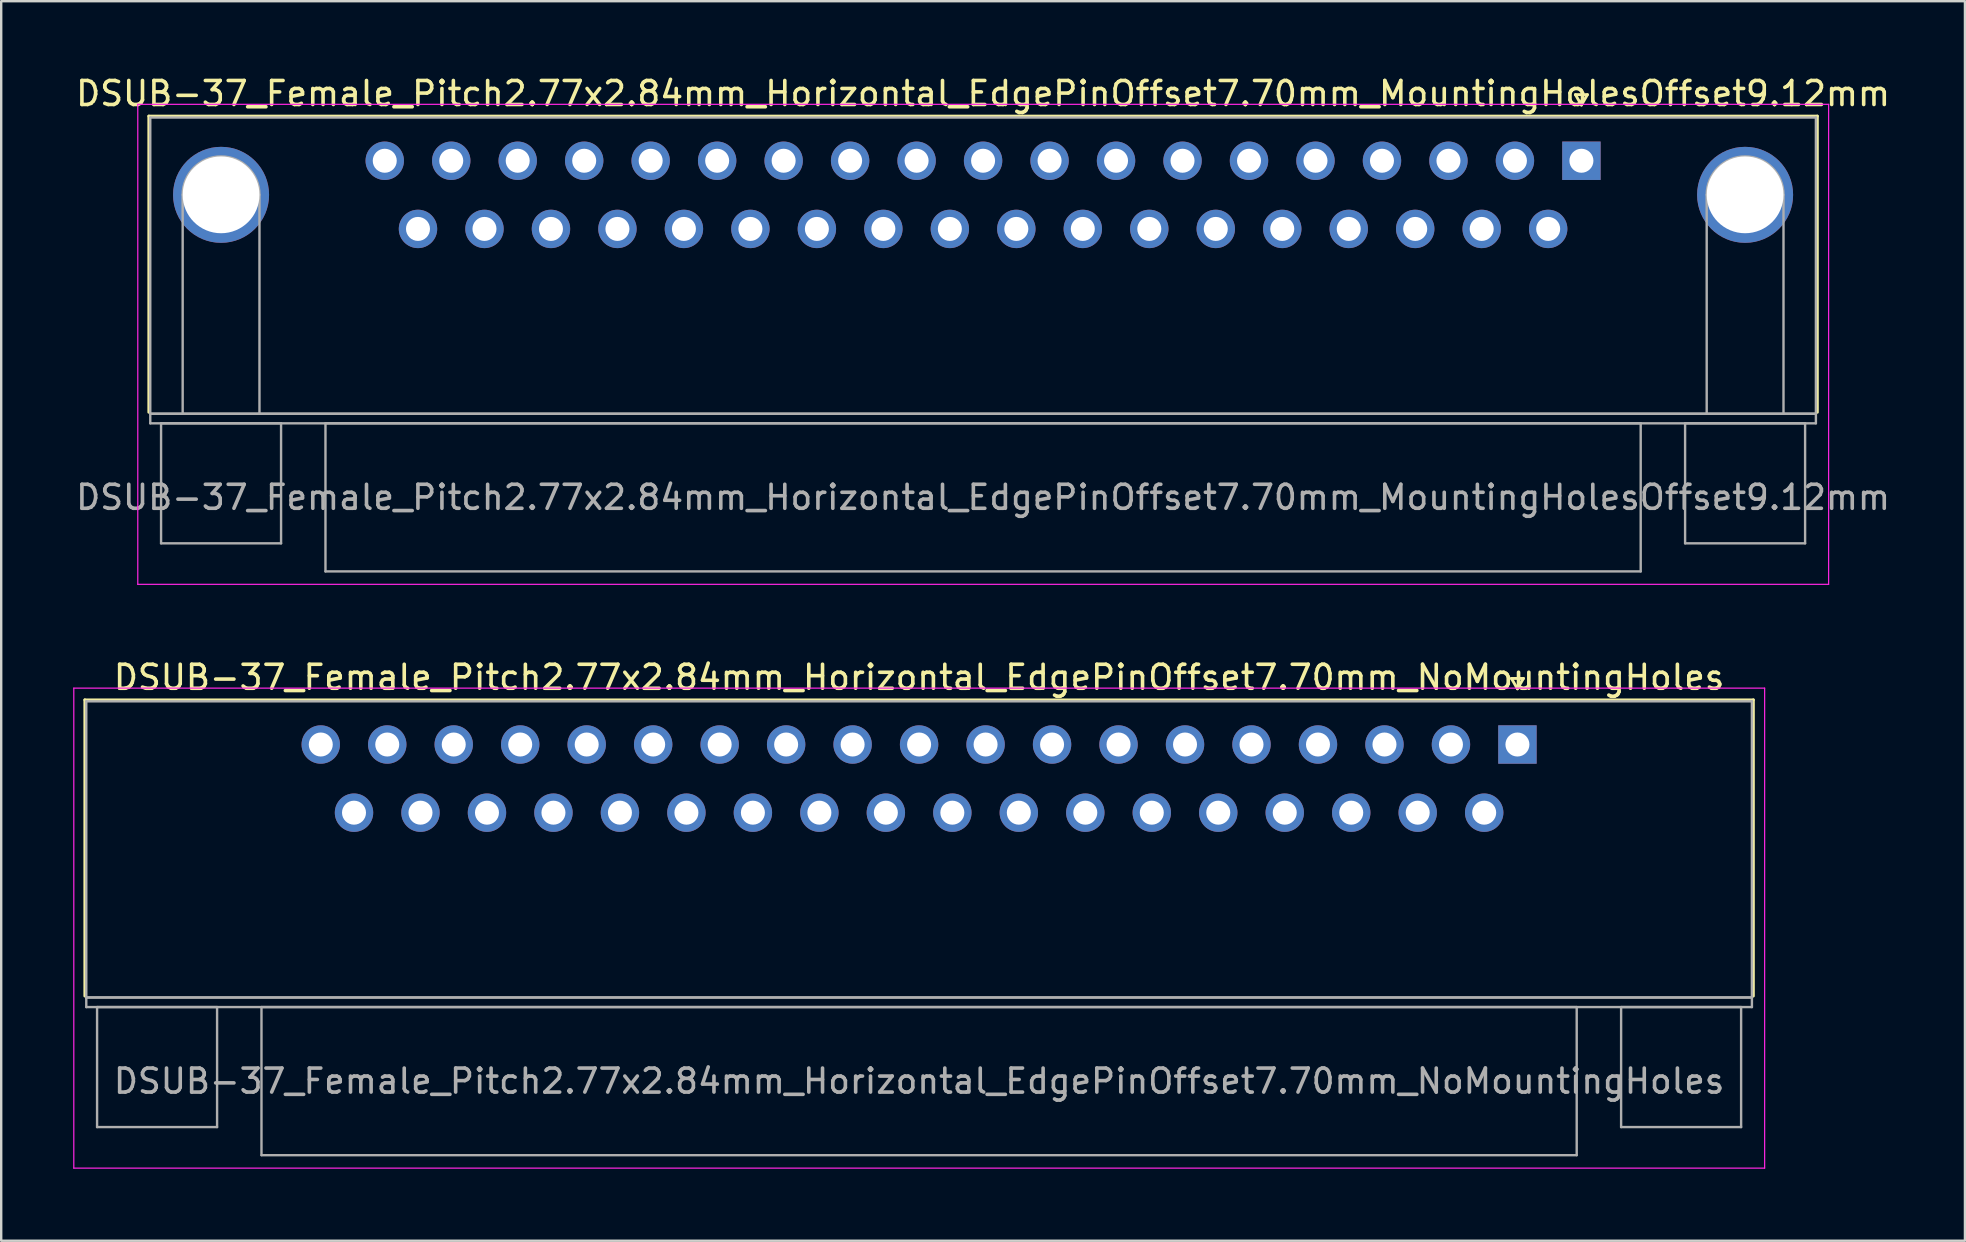
<source format=kicad_pcb>
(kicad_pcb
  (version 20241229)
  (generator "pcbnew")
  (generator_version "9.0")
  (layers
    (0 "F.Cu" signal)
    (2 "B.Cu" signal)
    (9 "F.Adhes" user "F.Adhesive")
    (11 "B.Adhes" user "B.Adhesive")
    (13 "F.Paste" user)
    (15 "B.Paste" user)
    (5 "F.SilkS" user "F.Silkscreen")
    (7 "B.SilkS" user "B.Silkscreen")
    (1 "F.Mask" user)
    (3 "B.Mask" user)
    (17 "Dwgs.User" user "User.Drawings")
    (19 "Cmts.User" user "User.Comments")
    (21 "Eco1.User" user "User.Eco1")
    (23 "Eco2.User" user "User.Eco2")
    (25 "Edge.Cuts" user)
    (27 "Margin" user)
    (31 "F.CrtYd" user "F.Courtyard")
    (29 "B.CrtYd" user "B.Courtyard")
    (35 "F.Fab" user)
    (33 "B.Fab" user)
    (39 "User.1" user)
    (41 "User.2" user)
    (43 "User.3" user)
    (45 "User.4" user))
  (footprint "DSUB-37_Female_Pitch2.77x2.84mm_Horizontal_EdgePinOffset7.70mm_MountingHolesOffset9.12mm"
    (layer "F.Cu")
    (at 62.841 3.648)
    (property "Reference" "DSUB-37_Female_Pitch2.77x2.84mm_Horizontal_EdgePinOffset7.70mm_MountingHolesOffset9.12mm" (at -24.93 -2.8 0) (layer "F.SilkS") (effects (font (size 1 1) (thickness 0.15))))
    (attr through_hole)
    (fp_line (start -59.69 -1.86) (end 9.83 -1.86) (stroke (width 0.12) (type solid)) (layer "F.SilkS"))
    (fp_line (start -59.69 10.48) (end -59.69 -1.86) (stroke (width 0.12) (type solid)) (layer "F.SilkS"))
    (fp_line (start -0.25 -2.754) (end 0.25 -2.754) (stroke (width 0.12) (type solid)) (layer "F.SilkS"))
    (fp_line (start 0 -2.321) (end -0.25 -2.754) (stroke (width 0.12) (type solid)) (layer "F.SilkS"))
    (fp_line (start 0.25 -2.754) (end 0 -2.321) (stroke (width 0.12) (type solid)) (layer "F.SilkS"))
    (fp_line (start 9.83 -1.86) (end 9.83 10.48) (stroke (width 0.12) (type solid)) (layer "F.SilkS"))
    (fp_line (start -60.15 -2.35) (end -60.15 17.65) (stroke (width 0.05) (type solid)) (layer "F.CrtYd"))
    (fp_line (start -60.15 17.65) (end 10.3 17.65) (stroke (width 0.05) (type solid)) (layer "F.CrtYd"))
    (fp_line (start 10.3 -2.35) (end -60.15 -2.35) (stroke (width 0.05) (type solid)) (layer "F.CrtYd"))
    (fp_line (start 10.3 17.65) (end 10.3 -2.35) (stroke (width 0.05) (type solid)) (layer "F.CrtYd"))
    (fp_line (start -59.63 -1.8) (end -59.63 10.54) (stroke (width 0.1) (type solid)) (layer "F.Fab"))
    (fp_line (start -59.63 10.54) (end -59.63 10.94) (stroke (width 0.1) (type solid)) (layer "F.Fab"))
    (fp_line (start -59.63 10.54) (end 9.77 10.54) (stroke (width 0.1) (type solid)) (layer "F.Fab"))
    (fp_line (start -59.63 10.94) (end 9.77 10.94) (stroke (width 0.1) (type solid)) (layer "F.Fab"))
    (fp_line (start -59.18 10.94) (end -59.18 15.94) (stroke (width 0.1) (type solid)) (layer "F.Fab"))
    (fp_line (start -59.18 15.94) (end -54.18 15.94) (stroke (width 0.1) (type solid)) (layer "F.Fab"))
    (fp_line (start -58.28 10.54) (end -58.28 1.42) (stroke (width 0.1) (type solid)) (layer "F.Fab"))
    (fp_line (start -55.08 10.54) (end -55.08 1.42) (stroke (width 0.1) (type solid)) (layer "F.Fab"))
    (fp_line (start -54.18 10.94) (end -59.18 10.94) (stroke (width 0.1) (type solid)) (layer "F.Fab"))
    (fp_line (start -54.18 15.94) (end -54.18 10.94) (stroke (width 0.1) (type solid)) (layer "F.Fab"))
    (fp_line (start -52.33 10.94) (end -52.33 17.11) (stroke (width 0.1) (type solid)) (layer "F.Fab"))
    (fp_line (start -52.33 17.11) (end 2.47 17.11) (stroke (width 0.1) (type solid)) (layer "F.Fab"))
    (fp_line (start 2.47 10.94) (end -52.33 10.94) (stroke (width 0.1) (type solid)) (layer "F.Fab"))
    (fp_line (start 2.47 17.11) (end 2.47 10.94) (stroke (width 0.1) (type solid)) (layer "F.Fab"))
    (fp_line (start 4.32 10.94) (end 4.32 15.94) (stroke (width 0.1) (type solid)) (layer "F.Fab"))
    (fp_line (start 4.32 15.94) (end 9.32 15.94) (stroke (width 0.1) (type solid)) (layer "F.Fab"))
    (fp_line (start 5.22 10.54) (end 5.22 1.42) (stroke (width 0.1) (type solid)) (layer "F.Fab"))
    (fp_line (start 8.42 10.54) (end 8.42 1.42) (stroke (width 0.1) (type solid)) (layer "F.Fab"))
    (fp_line (start 9.32 10.94) (end 4.32 10.94) (stroke (width 0.1) (type solid)) (layer "F.Fab"))
    (fp_line (start 9.32 15.94) (end 9.32 10.94) (stroke (width 0.1) (type solid)) (layer "F.Fab"))
    (fp_line (start 9.77 -1.8) (end -59.63 -1.8) (stroke (width 0.1) (type solid)) (layer "F.Fab"))
    (fp_line (start 9.77 10.54) (end -59.63 10.54) (stroke (width 0.1) (type solid)) (layer "F.Fab"))
    (fp_line (start 9.77 10.54) (end 9.77 -1.8) (stroke (width 0.1) (type solid)) (layer "F.Fab"))
    (fp_line (start 9.77 10.94) (end 9.77 10.54) (stroke (width 0.1) (type solid)) (layer "F.Fab"))
    (fp_arc (start -58.28 1.42) (mid -56.68 -0.18) (end -55.08 1.42) (stroke (width 0.1) (type solid)) (layer "F.Fab"))
    (fp_arc (start 5.22 1.42) (mid 6.82 -0.18) (end 8.42 1.42) (stroke (width 0.1) (type solid)) (layer "F.Fab"))
    (fp_text user "${REFERENCE}" (at -24.93 14.025 0) (layer "F.Fab") (effects (font (size 1 1) (thickness 0.15))))
    (pad "0" thru_hole circle (at -56.68 1.42) (size 4 4) (drill 3.2) (layers "*.Cu" "*.Mask"))
    (pad "0" thru_hole circle (at 6.82 1.42) (size 4 4) (drill 3.2) (layers "*.Cu" "*.Mask"))
    (pad "1" thru_hole rect (at 0 0) (size 1.6 1.6) (drill 1) (layers "*.Cu" "*.Mask"))
    (pad "2" thru_hole circle (at -2.77 0) (size 1.6 1.6) (drill 1) (layers "*.Cu" "*.Mask"))
    (pad "3" thru_hole circle (at -5.54 0) (size 1.6 1.6) (drill 1) (layers "*.Cu" "*.Mask"))
    (pad "4" thru_hole circle (at -8.31 0) (size 1.6 1.6) (drill 1) (layers "*.Cu" "*.Mask"))
    (pad "5" thru_hole circle (at -11.08 0) (size 1.6 1.6) (drill 1) (layers "*.Cu" "*.Mask"))
    (pad "6" thru_hole circle (at -13.85 0) (size 1.6 1.6) (drill 1) (layers "*.Cu" "*.Mask"))
    (pad "7" thru_hole circle (at -16.62 0) (size 1.6 1.6) (drill 1) (layers "*.Cu" "*.Mask"))
    (pad "8" thru_hole circle (at -19.39 0) (size 1.6 1.6) (drill 1) (layers "*.Cu" "*.Mask"))
    (pad "9" thru_hole circle (at -22.16 0) (size 1.6 1.6) (drill 1) (layers "*.Cu" "*.Mask"))
    (pad "10" thru_hole circle (at -24.93 0) (size 1.6 1.6) (drill 1) (layers "*.Cu" "*.Mask"))
    (pad "11" thru_hole circle (at -27.7 0) (size 1.6 1.6) (drill 1) (layers "*.Cu" "*.Mask"))
    (pad "12" thru_hole circle (at -30.47 0) (size 1.6 1.6) (drill 1) (layers "*.Cu" "*.Mask"))
    (pad "13" thru_hole circle (at -33.24 0) (size 1.6 1.6) (drill 1) (layers "*.Cu" "*.Mask"))
    (pad "14" thru_hole circle (at -36.01 0) (size 1.6 1.6) (drill 1) (layers "*.Cu" "*.Mask"))
    (pad "15" thru_hole circle (at -38.78 0) (size 1.6 1.6) (drill 1) (layers "*.Cu" "*.Mask"))
    (pad "16" thru_hole circle (at -41.55 0) (size 1.6 1.6) (drill 1) (layers "*.Cu" "*.Mask"))
    (pad "17" thru_hole circle (at -44.32 0) (size 1.6 1.6) (drill 1) (layers "*.Cu" "*.Mask"))
    (pad "18" thru_hole circle (at -47.09 0) (size 1.6 1.6) (drill 1) (layers "*.Cu" "*.Mask"))
    (pad "19" thru_hole circle (at -49.86 0) (size 1.6 1.6) (drill 1) (layers "*.Cu" "*.Mask"))
    (pad "20" thru_hole circle (at -1.385 2.84) (size 1.6 1.6) (drill 1) (layers "*.Cu" "*.Mask"))
    (pad "21" thru_hole circle (at -4.155 2.84) (size 1.6 1.6) (drill 1) (layers "*.Cu" "*.Mask"))
    (pad "22" thru_hole circle (at -6.925 2.84) (size 1.6 1.6) (drill 1) (layers "*.Cu" "*.Mask"))
    (pad "23" thru_hole circle (at -9.695 2.84) (size 1.6 1.6) (drill 1) (layers "*.Cu" "*.Mask"))
    (pad "24" thru_hole circle (at -12.465 2.84) (size 1.6 1.6) (drill 1) (layers "*.Cu" "*.Mask"))
    (pad "25" thru_hole circle (at -15.235 2.84) (size 1.6 1.6) (drill 1) (layers "*.Cu" "*.Mask"))
    (pad "26" thru_hole circle (at -18.005 2.84) (size 1.6 1.6) (drill 1) (layers "*.Cu" "*.Mask"))
    (pad "27" thru_hole circle (at -20.775 2.84) (size 1.6 1.6) (drill 1) (layers "*.Cu" "*.Mask"))
    (pad "28" thru_hole circle (at -23.545 2.84) (size 1.6 1.6) (drill 1) (layers "*.Cu" "*.Mask"))
    (pad "29" thru_hole circle (at -26.315 2.84) (size 1.6 1.6) (drill 1) (layers "*.Cu" "*.Mask"))
    (pad "30" thru_hole circle (at -29.085 2.84) (size 1.6 1.6) (drill 1) (layers "*.Cu" "*.Mask"))
    (pad "31" thru_hole circle (at -31.855 2.84) (size 1.6 1.6) (drill 1) (layers "*.Cu" "*.Mask"))
    (pad "32" thru_hole circle (at -34.625 2.84) (size 1.6 1.6) (drill 1) (layers "*.Cu" "*.Mask"))
    (pad "33" thru_hole circle (at -37.395 2.84) (size 1.6 1.6) (drill 1) (layers "*.Cu" "*.Mask"))
    (pad "34" thru_hole circle (at -40.165 2.84) (size 1.6 1.6) (drill 1) (layers "*.Cu" "*.Mask"))
    (pad "35" thru_hole circle (at -42.935 2.84) (size 1.6 1.6) (drill 1) (layers "*.Cu" "*.Mask"))
    (pad "36" thru_hole circle (at -45.705 2.84) (size 1.6 1.6) (drill 1) (layers "*.Cu" "*.Mask"))
    (pad "37" thru_hole circle (at -48.475 2.84) (size 1.6 1.6) (drill 1) (layers "*.Cu" "*.Mask")))
  (footprint "DSUB-37_Female_Pitch2.77x2.84mm_Horizontal_EdgePinOffset7.70mm_NoMountingHoles"
    (layer "F.Cu")
    (at 60.175 27.971)
    (property "Reference" "DSUB-37_Female_Pitch2.77x2.84mm_Horizontal_EdgePinOffset7.70mm_NoMountingHoles" (at -24.93 -2.8 0) (layer "F.SilkS") (effects (font (size 1 1) (thickness 0.15))))
    (attr through_hole)
    (fp_line (start -59.69 -1.86) (end 9.83 -1.86) (stroke (width 0.12) (type solid)) (layer "F.SilkS"))
    (fp_line (start -59.69 10.48) (end -59.69 -1.86) (stroke (width 0.12) (type solid)) (layer "F.SilkS"))
    (fp_line (start -0.25 -2.754) (end 0.25 -2.754) (stroke (width 0.12) (type solid)) (layer "F.SilkS"))
    (fp_line (start 0 -2.321) (end -0.25 -2.754) (stroke (width 0.12) (type solid)) (layer "F.SilkS"))
    (fp_line (start 0.25 -2.754) (end 0 -2.321) (stroke (width 0.12) (type solid)) (layer "F.SilkS"))
    (fp_line (start 9.83 -1.86) (end 9.83 10.48) (stroke (width 0.12) (type solid)) (layer "F.SilkS"))
    (fp_line (start -60.15 -2.35) (end -60.15 17.65) (stroke (width 0.05) (type solid)) (layer "F.CrtYd"))
    (fp_line (start -60.15 17.65) (end 10.3 17.65) (stroke (width 0.05) (type solid)) (layer "F.CrtYd"))
    (fp_line (start 10.3 -2.35) (end -60.15 -2.35) (stroke (width 0.05) (type solid)) (layer "F.CrtYd"))
    (fp_line (start 10.3 17.65) (end 10.3 -2.35) (stroke (width 0.05) (type solid)) (layer "F.CrtYd"))
    (fp_line (start -59.63 -1.8) (end -59.63 10.54) (stroke (width 0.1) (type solid)) (layer "F.Fab"))
    (fp_line (start -59.63 10.54) (end -59.63 10.94) (stroke (width 0.1) (type solid)) (layer "F.Fab"))
    (fp_line (start -59.63 10.54) (end 9.77 10.54) (stroke (width 0.1) (type solid)) (layer "F.Fab"))
    (fp_line (start -59.63 10.94) (end 9.77 10.94) (stroke (width 0.1) (type solid)) (layer "F.Fab"))
    (fp_line (start -59.18 10.94) (end -59.18 15.94) (stroke (width 0.1) (type solid)) (layer "F.Fab"))
    (fp_line (start -59.18 15.94) (end -54.18 15.94) (stroke (width 0.1) (type solid)) (layer "F.Fab"))
    (fp_line (start -54.18 10.94) (end -59.18 10.94) (stroke (width 0.1) (type solid)) (layer "F.Fab"))
    (fp_line (start -54.18 15.94) (end -54.18 10.94) (stroke (width 0.1) (type solid)) (layer "F.Fab"))
    (fp_line (start -52.33 10.94) (end -52.33 17.11) (stroke (width 0.1) (type solid)) (layer "F.Fab"))
    (fp_line (start -52.33 17.11) (end 2.47 17.11) (stroke (width 0.1) (type solid)) (layer "F.Fab"))
    (fp_line (start 2.47 10.94) (end -52.33 10.94) (stroke (width 0.1) (type solid)) (layer "F.Fab"))
    (fp_line (start 2.47 17.11) (end 2.47 10.94) (stroke (width 0.1) (type solid)) (layer "F.Fab"))
    (fp_line (start 4.32 10.94) (end 4.32 15.94) (stroke (width 0.1) (type solid)) (layer "F.Fab"))
    (fp_line (start 4.32 15.94) (end 9.32 15.94) (stroke (width 0.1) (type solid)) (layer "F.Fab"))
    (fp_line (start 9.32 10.94) (end 4.32 10.94) (stroke (width 0.1) (type solid)) (layer "F.Fab"))
    (fp_line (start 9.32 15.94) (end 9.32 10.94) (stroke (width 0.1) (type solid)) (layer "F.Fab"))
    (fp_line (start 9.77 -1.8) (end -59.63 -1.8) (stroke (width 0.1) (type solid)) (layer "F.Fab"))
    (fp_line (start 9.77 10.54) (end -59.63 10.54) (stroke (width 0.1) (type solid)) (layer "F.Fab"))
    (fp_line (start 9.77 10.54) (end 9.77 -1.8) (stroke (width 0.1) (type solid)) (layer "F.Fab"))
    (fp_line (start 9.77 10.94) (end 9.77 10.54) (stroke (width 0.1) (type solid)) (layer "F.Fab"))
    (fp_text user "${REFERENCE}" (at -24.93 14.025 0) (layer "F.Fab") (effects (font (size 1 1) (thickness 0.15))))
    (pad "1" thru_hole rect (at 0 0) (size 1.6 1.6) (drill 1) (layers "*.Cu" "*.Mask"))
    (pad "2" thru_hole circle (at -2.77 0) (size 1.6 1.6) (drill 1) (layers "*.Cu" "*.Mask"))
    (pad "3" thru_hole circle (at -5.54 0) (size 1.6 1.6) (drill 1) (layers "*.Cu" "*.Mask"))
    (pad "4" thru_hole circle (at -8.31 0) (size 1.6 1.6) (drill 1) (layers "*.Cu" "*.Mask"))
    (pad "5" thru_hole circle (at -11.08 0) (size 1.6 1.6) (drill 1) (layers "*.Cu" "*.Mask"))
    (pad "6" thru_hole circle (at -13.85 0) (size 1.6 1.6) (drill 1) (layers "*.Cu" "*.Mask"))
    (pad "7" thru_hole circle (at -16.62 0) (size 1.6 1.6) (drill 1) (layers "*.Cu" "*.Mask"))
    (pad "8" thru_hole circle (at -19.39 0) (size 1.6 1.6) (drill 1) (layers "*.Cu" "*.Mask"))
    (pad "9" thru_hole circle (at -22.16 0) (size 1.6 1.6) (drill 1) (layers "*.Cu" "*.Mask"))
    (pad "10" thru_hole circle (at -24.93 0) (size 1.6 1.6) (drill 1) (layers "*.Cu" "*.Mask"))
    (pad "11" thru_hole circle (at -27.7 0) (size 1.6 1.6) (drill 1) (layers "*.Cu" "*.Mask"))
    (pad "12" thru_hole circle (at -30.47 0) (size 1.6 1.6) (drill 1) (layers "*.Cu" "*.Mask"))
    (pad "13" thru_hole circle (at -33.24 0) (size 1.6 1.6) (drill 1) (layers "*.Cu" "*.Mask"))
    (pad "14" thru_hole circle (at -36.01 0) (size 1.6 1.6) (drill 1) (layers "*.Cu" "*.Mask"))
    (pad "15" thru_hole circle (at -38.78 0) (size 1.6 1.6) (drill 1) (layers "*.Cu" "*.Mask"))
    (pad "16" thru_hole circle (at -41.55 0) (size 1.6 1.6) (drill 1) (layers "*.Cu" "*.Mask"))
    (pad "17" thru_hole circle (at -44.32 0) (size 1.6 1.6) (drill 1) (layers "*.Cu" "*.Mask"))
    (pad "18" thru_hole circle (at -47.09 0) (size 1.6 1.6) (drill 1) (layers "*.Cu" "*.Mask"))
    (pad "19" thru_hole circle (at -49.86 0) (size 1.6 1.6) (drill 1) (layers "*.Cu" "*.Mask"))
    (pad "20" thru_hole circle (at -1.385 2.84) (size 1.6 1.6) (drill 1) (layers "*.Cu" "*.Mask"))
    (pad "21" thru_hole circle (at -4.155 2.84) (size 1.6 1.6) (drill 1) (layers "*.Cu" "*.Mask"))
    (pad "22" thru_hole circle (at -6.925 2.84) (size 1.6 1.6) (drill 1) (layers "*.Cu" "*.Mask"))
    (pad "23" thru_hole circle (at -9.695 2.84) (size 1.6 1.6) (drill 1) (layers "*.Cu" "*.Mask"))
    (pad "24" thru_hole circle (at -12.465 2.84) (size 1.6 1.6) (drill 1) (layers "*.Cu" "*.Mask"))
    (pad "25" thru_hole circle (at -15.235 2.84) (size 1.6 1.6) (drill 1) (layers "*.Cu" "*.Mask"))
    (pad "26" thru_hole circle (at -18.005 2.84) (size 1.6 1.6) (drill 1) (layers "*.Cu" "*.Mask"))
    (pad "27" thru_hole circle (at -20.775 2.84) (size 1.6 1.6) (drill 1) (layers "*.Cu" "*.Mask"))
    (pad "28" thru_hole circle (at -23.545 2.84) (size 1.6 1.6) (drill 1) (layers "*.Cu" "*.Mask"))
    (pad "29" thru_hole circle (at -26.315 2.84) (size 1.6 1.6) (drill 1) (layers "*.Cu" "*.Mask"))
    (pad "30" thru_hole circle (at -29.085 2.84) (size 1.6 1.6) (drill 1) (layers "*.Cu" "*.Mask"))
    (pad "31" thru_hole circle (at -31.855 2.84) (size 1.6 1.6) (drill 1) (layers "*.Cu" "*.Mask"))
    (pad "32" thru_hole circle (at -34.625 2.84) (size 1.6 1.6) (drill 1) (layers "*.Cu" "*.Mask"))
    (pad "33" thru_hole circle (at -37.395 2.84) (size 1.6 1.6) (drill 1) (layers "*.Cu" "*.Mask"))
    (pad "34" thru_hole circle (at -40.165 2.84) (size 1.6 1.6) (drill 1) (layers "*.Cu" "*.Mask"))
    (pad "35" thru_hole circle (at -42.935 2.84) (size 1.6 1.6) (drill 1) (layers "*.Cu" "*.Mask"))
    (pad "36" thru_hole circle (at -45.705 2.84) (size 1.6 1.6) (drill 1) (layers "*.Cu" "*.Mask"))
    (pad "37" thru_hole circle (at -48.475 2.84) (size 1.6 1.6) (drill 1) (layers "*.Cu" "*.Mask")))
  (gr_rect
    (start -3 -3)
    (end 78.821 48.647)
    (stroke (width 0.1) (type default))
    (fill no)
    (layer "Edge.Cuts")))
</source>
